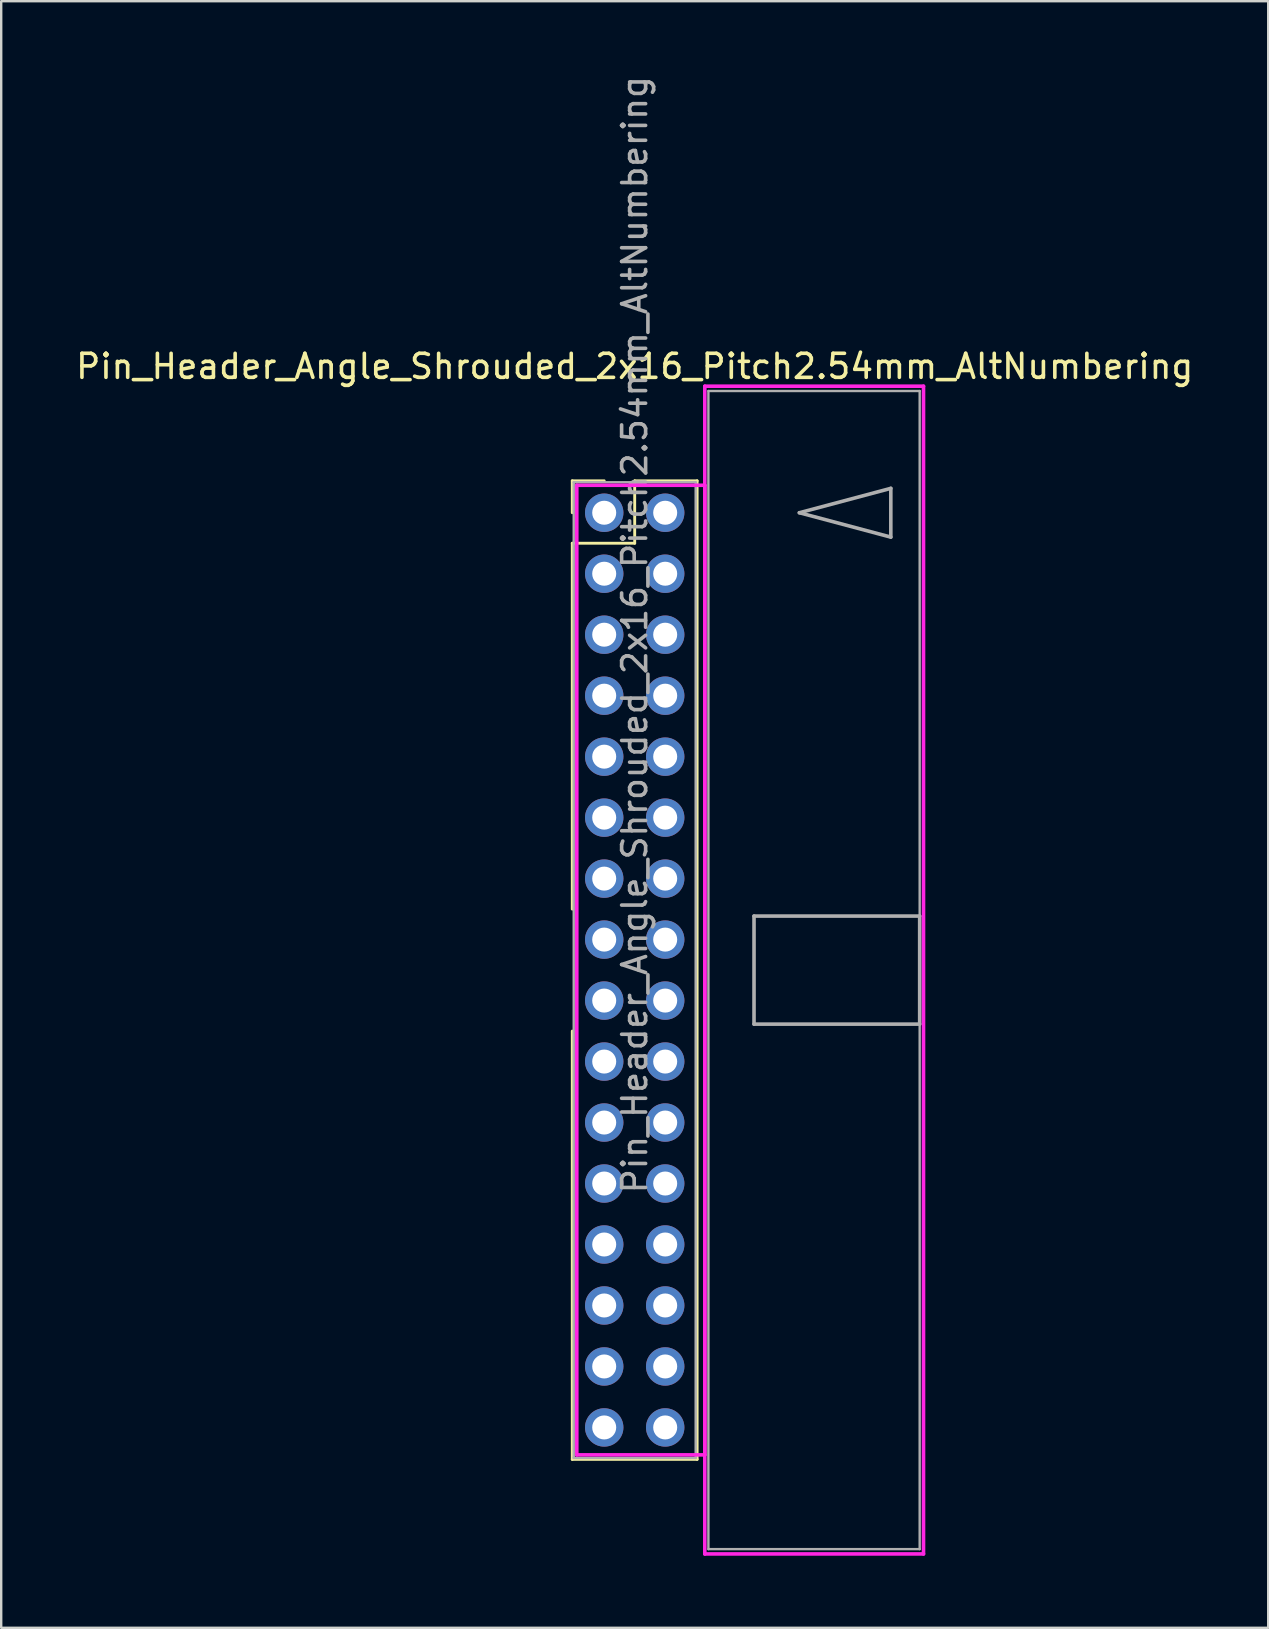
<source format=kicad_pcb>
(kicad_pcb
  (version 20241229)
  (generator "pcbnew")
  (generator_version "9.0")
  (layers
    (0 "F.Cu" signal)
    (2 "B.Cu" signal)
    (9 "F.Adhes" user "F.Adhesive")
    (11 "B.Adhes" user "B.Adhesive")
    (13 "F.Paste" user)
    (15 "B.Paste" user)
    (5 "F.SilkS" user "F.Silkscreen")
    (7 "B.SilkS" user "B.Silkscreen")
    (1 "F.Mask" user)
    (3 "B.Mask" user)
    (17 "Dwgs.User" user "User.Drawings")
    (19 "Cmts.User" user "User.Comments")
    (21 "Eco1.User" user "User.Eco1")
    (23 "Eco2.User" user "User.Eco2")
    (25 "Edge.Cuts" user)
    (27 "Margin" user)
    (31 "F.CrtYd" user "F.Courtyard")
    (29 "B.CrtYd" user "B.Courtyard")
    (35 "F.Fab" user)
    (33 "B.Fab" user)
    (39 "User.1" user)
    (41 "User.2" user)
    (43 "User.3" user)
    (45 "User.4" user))
  (footprint "Pin_Header_Angle_Shrouded_2x16_Pitch2.54mm_AltNumbering"
    (layer "F.Cu")
    (at 22.117 18.307)
    (property "Reference" "Pin_Header_Angle_Shrouded_2x16_Pitch2.54mm_AltNumbering" (at 1.27 -6.096 0) (layer "F.SilkS") (effects (font (size 1 1) (thickness 0.15))))
    (attr through_hole)
    (fp_line (start -1.33 -1.33) (end 0 -1.33) (stroke (width 0.12) (type solid)) (layer "F.SilkS"))
    (fp_line (start -1.33 0) (end -1.33 -1.33) (stroke (width 0.12) (type solid)) (layer "F.SilkS"))
    (fp_line (start -1.33 1.27) (end -1.33 16.51) (stroke (width 0.12) (type solid)) (layer "F.SilkS"))
    (fp_line (start -1.33 1.27) (end 1.27 1.27) (stroke (width 0.12) (type solid)) (layer "F.SilkS"))
    (fp_line (start -1.33 21.59) (end -1.33 39.43) (stroke (width 0.12) (type solid)) (layer "F.SilkS"))
    (fp_line (start -1.33 39.43) (end 3.87 39.43) (stroke (width 0.12) (type solid)) (layer "F.SilkS"))
    (fp_line (start 1.27 -1.33) (end 3.87 -1.33) (stroke (width 0.12) (type solid)) (layer "F.SilkS"))
    (fp_line (start 1.27 1.27) (end 1.27 -1.33) (stroke (width 0.12) (type solid)) (layer "F.SilkS"))
    (fp_line (start 3.87 -1.33) (end 3.87 39.43) (stroke (width 0.12) (type solid)) (layer "F.SilkS"))
    (fp_line (start -1.143 -1.143) (end -1.143 39.243) (stroke (width 0.15) (type solid)) (layer "F.CrtYd"))
    (fp_line (start -1.143 39.243) (end 4.19 39.243) (stroke (width 0.15) (type solid)) (layer "F.CrtYd"))
    (fp_line (start 4.19 -5.27) (end 4.19 43.37) (stroke (width 0.15) (type solid)) (layer "F.CrtYd"))
    (fp_line (start 4.19 -1.143) (end -1.143 -1.143) (stroke (width 0.15) (type solid)) (layer "F.CrtYd"))
    (fp_line (start 4.19 39.243) (end 4.19 -1.143) (stroke (width 0.15) (type solid)) (layer "F.CrtYd"))
    (fp_line (start 4.19 43.37) (end 13.3 43.37) (stroke (width 0.15) (type solid)) (layer "F.CrtYd"))
    (fp_line (start 13.3 -5.27) (end 4.19 -5.27) (stroke (width 0.15) (type solid)) (layer "F.CrtYd"))
    (fp_line (start 13.3 43.37) (end 13.3 -5.27) (stroke (width 0.15) (type solid)) (layer "F.CrtYd"))
    (fp_line (start -1.27 -1.27) (end -1.27 39.37) (stroke (width 0.1) (type solid)) (layer "F.Fab"))
    (fp_line (start -1.27 39.37) (end 3.81 39.37) (stroke (width 0.1) (type solid)) (layer "F.Fab"))
    (fp_line (start 3.81 -1.27) (end -1.27 -1.27) (stroke (width 0.1) (type solid)) (layer "F.Fab"))
    (fp_line (start 3.81 39.37) (end 3.81 -1.27) (stroke (width 0.1) (type solid)) (layer "F.Fab"))
    (fp_line (start 4.34 -5.07) (end 4.34 43.17) (stroke (width 0.1) (type solid)) (layer "F.Fab"))
    (fp_line (start 4.34 43.17) (end 13.14 43.17) (stroke (width 0.1) (type solid)) (layer "F.Fab"))
    (fp_line (start 6.24 16.8) (end 6.24 21.3) (stroke (width 0.15) (type solid)) (layer "F.Fab"))
    (fp_line (start 6.24 21.3) (end 13.14 21.3) (stroke (width 0.15) (type solid)) (layer "F.Fab"))
    (fp_line (start 8.128 0) (end 11.938 -1.016) (stroke (width 0.15) (type solid)) (layer "F.Fab"))
    (fp_line (start 11.938 -1.016) (end 11.938 1.016) (stroke (width 0.15) (type solid)) (layer "F.Fab"))
    (fp_line (start 11.938 1.016) (end 8.128 0) (stroke (width 0.15) (type solid)) (layer "F.Fab"))
    (fp_line (start 13.14 -5.07) (end 4.34 -5.07) (stroke (width 0.1) (type solid)) (layer "F.Fab"))
    (fp_line (start 13.14 16.8) (end 6.24 16.8) (stroke (width 0.15) (type solid)) (layer "F.Fab"))
    (fp_line (start 13.14 21.3) (end 13.14 16.8) (stroke (width 0.15) (type solid)) (layer "F.Fab"))
    (fp_line (start 13.14 43.17) (end 13.14 -5.07) (stroke (width 0.1) (type solid)) (layer "F.Fab"))
    (fp_text user "${REFERENCE}" (at 1.27 5.08 90) (layer "F.Fab") (effects (font (size 1 1) (thickness 0.15))))
    (pad "1" thru_hole oval (at 0 0) (size 1.6 1.6) (drill 1) (layers "*.Cu" "*.Mask"))
    (pad "2" thru_hole oval (at 0 2.54) (size 1.6 1.6) (drill 1) (layers "*.Cu" "*.Mask"))
    (pad "3" thru_hole oval (at 0 5.08) (size 1.6 1.6) (drill 1) (layers "*.Cu" "*.Mask"))
    (pad "4" thru_hole oval (at 0 7.62) (size 1.6 1.6) (drill 1) (layers "*.Cu" "*.Mask"))
    (pad "5" thru_hole oval (at 0 10.16) (size 1.6 1.6) (drill 1) (layers "*.Cu" "*.Mask"))
    (pad "6" thru_hole oval (at 0 12.7) (size 1.6 1.6) (drill 1) (layers "*.Cu" "*.Mask"))
    (pad "7" thru_hole oval (at 0 15.24) (size 1.6 1.6) (drill 1) (layers "*.Cu" "*.Mask"))
    (pad "8" thru_hole oval (at 0 17.78) (size 1.6 1.6) (drill 1) (layers "*.Cu" "*.Mask"))
    (pad "9" thru_hole oval (at 0 20.32) (size 1.6 1.6) (drill 1) (layers "*.Cu" "*.Mask"))
    (pad "10" thru_hole oval (at 0 22.86) (size 1.6 1.6) (drill 1) (layers "*.Cu" "*.Mask"))
    (pad "11" thru_hole oval (at 0 25.4) (size 1.6 1.6) (drill 1) (layers "*.Cu" "*.Mask"))
    (pad "12" thru_hole oval (at 0 27.94) (size 1.6 1.6) (drill 1) (layers "*.Cu" "*.Mask"))
    (pad "13" thru_hole oval (at 0 30.48) (size 1.6 1.6) (drill 1) (layers "*.Cu" "*.Mask"))
    (pad "14" thru_hole oval (at 0 33.02) (size 1.6 1.6) (drill 1) (layers "*.Cu" "*.Mask"))
    (pad "15" thru_hole oval (at 0 35.56) (size 1.6 1.6) (drill 1) (layers "*.Cu" "*.Mask"))
    (pad "16" thru_hole oval (at 0 38.1) (size 1.6 1.6) (drill 1) (layers "*.Cu" "*.Mask"))
    (pad "17" thru_hole oval (at 2.54 0) (size 1.6 1.6) (drill 1) (layers "*.Cu" "*.Mask"))
    (pad "18" thru_hole oval (at 2.54 2.54) (size 1.6 1.6) (drill 1) (layers "*.Cu" "*.Mask"))
    (pad "19" thru_hole oval (at 2.54 5.08) (size 1.6 1.6) (drill 1) (layers "*.Cu" "*.Mask"))
    (pad "20" thru_hole oval (at 2.54 7.62) (size 1.6 1.6) (drill 1) (layers "*.Cu" "*.Mask"))
    (pad "21" thru_hole oval (at 2.54 10.16) (size 1.6 1.6) (drill 1) (layers "*.Cu" "*.Mask"))
    (pad "22" thru_hole oval (at 2.54 12.7) (size 1.6 1.6) (drill 1) (layers "*.Cu" "*.Mask"))
    (pad "23" thru_hole oval (at 2.54 15.24) (size 1.6 1.6) (drill 1) (layers "*.Cu" "*.Mask"))
    (pad "24" thru_hole oval (at 2.54 17.78) (size 1.6 1.6) (drill 1) (layers "*.Cu" "*.Mask"))
    (pad "25" thru_hole oval (at 2.54 20.32) (size 1.6 1.6) (drill 1) (layers "*.Cu" "*.Mask"))
    (pad "26" thru_hole oval (at 2.54 22.86) (size 1.6 1.6) (drill 1) (layers "*.Cu" "*.Mask"))
    (pad "27" thru_hole oval (at 2.54 25.4) (size 1.6 1.6) (drill 1) (layers "*.Cu" "*.Mask"))
    (pad "28" thru_hole oval (at 2.54 27.94) (size 1.6 1.6) (drill 1) (layers "*.Cu" "*.Mask"))
    (pad "29" thru_hole oval (at 2.54 30.48) (size 1.6 1.6) (drill 1) (layers "*.Cu" "*.Mask"))
    (pad "30" thru_hole oval (at 2.54 33.02) (size 1.6 1.6) (drill 1) (layers "*.Cu" "*.Mask"))
    (pad "31" thru_hole oval (at 2.54 35.56) (size 1.6 1.6) (drill 1) (layers "*.Cu" "*.Mask"))
    (pad "32" thru_hole oval (at 2.54 38.1) (size 1.6 1.6) (drill 1) (layers "*.Cu" "*.Mask")))
  (gr_rect
    (start -3 -3)
    (end 49.774 64.752)
    (stroke (width 0.1) (type default))
    (fill no)
    (layer "Edge.Cuts")))
</source>
